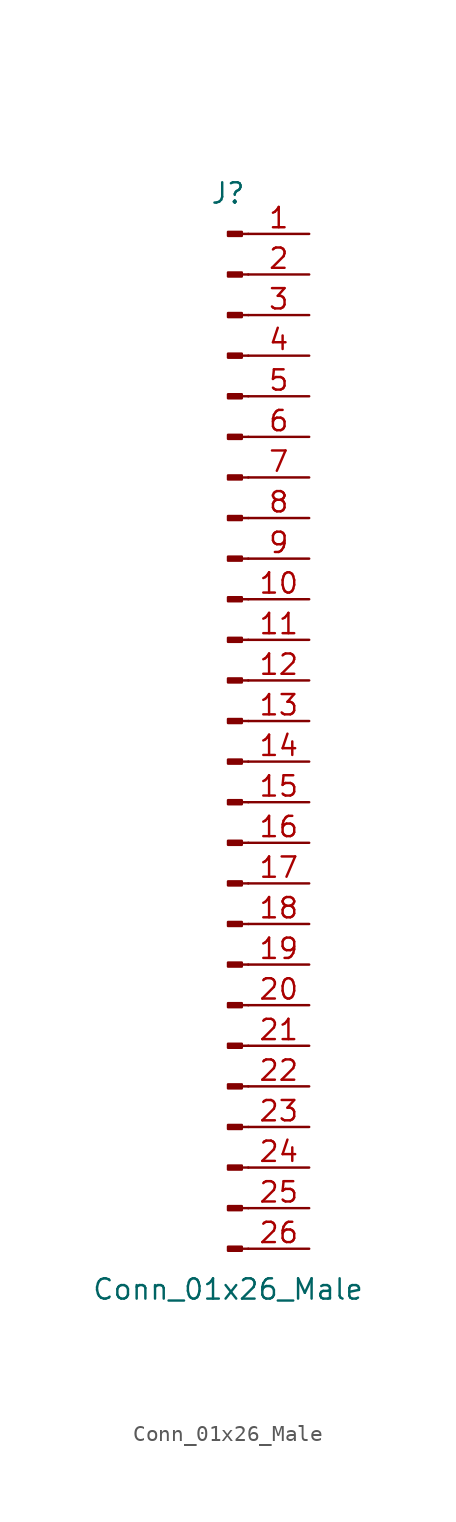
<source format=kicad_sym>
(kicad_symbol_lib
  (version 20220914)
  (generator kicad_symbol_editor)
  (symbol "Conn_01x26_Male"
    (pin_names
      (offset 1.016) hide)
    (property "Reference" "J"
      (at 0 33.02 0)
      (effects (font (size 1.27 1.27))))
    (property "Value" "Conn_01x26_Male"
      (at 0 -35.56 0)
      (effects (font (size 1.27 1.27))))
    (symbol "Conn_01x26_Male_1_1"
      (polyline (pts (xy 1.27 -33.02) (xy 0.864 -33.02)) (stroke (width 0.152) (type solid)) (fill (type none)))
      (polyline (pts (xy 1.27 -30.48) (xy 0.864 -30.48)) (stroke (width 0.152) (type solid)) (fill (type none)))
      (polyline (pts (xy 1.27 -27.94) (xy 0.864 -27.94)) (stroke (width 0.152) (type solid)) (fill (type none)))
      (polyline (pts (xy 1.27 -25.4) (xy 0.864 -25.4)) (stroke (width 0.152) (type solid)) (fill (type none)))
      (polyline (pts (xy 1.27 -22.86) (xy 0.864 -22.86)) (stroke (width 0.152) (type solid)) (fill (type none)))
      (polyline (pts (xy 1.27 -20.32) (xy 0.864 -20.32)) (stroke (width 0.152) (type solid)) (fill (type none)))
      (polyline (pts (xy 1.27 -17.78) (xy 0.864 -17.78)) (stroke (width 0.152) (type solid)) (fill (type none)))
      (polyline (pts (xy 1.27 -15.24) (xy 0.864 -15.24)) (stroke (width 0.152) (type solid)) (fill (type none)))
      (polyline (pts (xy 1.27 -12.7) (xy 0.864 -12.7)) (stroke (width 0.152) (type solid)) (fill (type none)))
      (polyline (pts (xy 1.27 -10.16) (xy 0.864 -10.16)) (stroke (width 0.152) (type solid)) (fill (type none)))
      (polyline (pts (xy 1.27 -7.62) (xy 0.864 -7.62)) (stroke (width 0.152) (type solid)) (fill (type none)))
      (polyline (pts (xy 1.27 -5.08) (xy 0.864 -5.08)) (stroke (width 0.152) (type solid)) (fill (type none)))
      (polyline (pts (xy 1.27 -2.54) (xy 0.864 -2.54)) (stroke (width 0.152) (type solid)) (fill (type none)))
      (polyline (pts (xy 1.27 0) (xy 0.864 0)) (stroke (width 0.152) (type solid)) (fill (type none)))
      (polyline (pts (xy 1.27 2.54) (xy 0.864 2.54)) (stroke (width 0.152) (type solid)) (fill (type none)))
      (polyline (pts (xy 1.27 5.08) (xy 0.864 5.08)) (stroke (width 0.152) (type solid)) (fill (type none)))
      (polyline (pts (xy 1.27 7.62) (xy 0.864 7.62)) (stroke (width 0.152) (type solid)) (fill (type none)))
      (polyline (pts (xy 1.27 10.16) (xy 0.864 10.16)) (stroke (width 0.152) (type solid)) (fill (type none)))
      (polyline (pts (xy 1.27 12.7) (xy 0.864 12.7)) (stroke (width 0.152) (type solid)) (fill (type none)))
      (polyline (pts (xy 1.27 15.24) (xy 0.864 15.24)) (stroke (width 0.152) (type solid)) (fill (type none)))
      (polyline (pts (xy 1.27 17.78) (xy 0.864 17.78)) (stroke (width 0.152) (type solid)) (fill (type none)))
      (polyline (pts (xy 1.27 20.32) (xy 0.864 20.32)) (stroke (width 0.152) (type solid)) (fill (type none)))
      (polyline (pts (xy 1.27 22.86) (xy 0.864 22.86)) (stroke (width 0.152) (type solid)) (fill (type none)))
      (polyline (pts (xy 1.27 25.4) (xy 0.864 25.4)) (stroke (width 0.152) (type solid)) (fill (type none)))
      (polyline (pts (xy 1.27 27.94) (xy 0.864 27.94)) (stroke (width 0.152) (type solid)) (fill (type none)))
      (polyline (pts (xy 1.27 30.48) (xy 0.864 30.48)) (stroke (width 0.152) (type solid)) (fill (type none)))
      (rectangle (start 0.864 -32.893) (end 0 -33.147) (stroke (width 0.152) (type solid)) (fill (type outline)))
      (rectangle (start 0.864 -30.353) (end 0 -30.607) (stroke (width 0.152) (type solid)) (fill (type outline)))
      (rectangle (start 0.864 -27.813) (end 0 -28.067) (stroke (width 0.152) (type solid)) (fill (type outline)))
      (rectangle (start 0.864 -25.273) (end 0 -25.527) (stroke (width 0.152) (type solid)) (fill (type outline)))
      (rectangle (start 0.864 -22.733) (end 0 -22.987) (stroke (width 0.152) (type solid)) (fill (type outline)))
      (rectangle (start 0.864 -20.193) (end 0 -20.447) (stroke (width 0.152) (type solid)) (fill (type outline)))
      (rectangle (start 0.864 -17.653) (end 0 -17.907) (stroke (width 0.152) (type solid)) (fill (type outline)))
      (rectangle (start 0.864 -15.113) (end 0 -15.367) (stroke (width 0.152) (type solid)) (fill (type outline)))
      (rectangle (start 0.864 -12.573) (end 0 -12.827) (stroke (width 0.152) (type solid)) (fill (type outline)))
      (rectangle (start 0.864 -10.033) (end 0 -10.287) (stroke (width 0.152) (type solid)) (fill (type outline)))
      (rectangle (start 0.864 -7.493) (end 0 -7.747) (stroke (width 0.152) (type solid)) (fill (type outline)))
      (rectangle (start 0.864 -4.953) (end 0 -5.207) (stroke (width 0.152) (type solid)) (fill (type outline)))
      (rectangle (start 0.864 -2.413) (end 0 -2.667) (stroke (width 0.152) (type solid)) (fill (type outline)))
      (rectangle (start 0.864 0.127) (end 0 -0.127) (stroke (width 0.152) (type solid)) (fill (type outline)))
      (rectangle (start 0.864 2.667) (end 0 2.413) (stroke (width 0.152) (type solid)) (fill (type outline)))
      (rectangle (start 0.864 5.207) (end 0 4.953) (stroke (width 0.152) (type solid)) (fill (type outline)))
      (rectangle (start 0.864 7.747) (end 0 7.493) (stroke (width 0.152) (type solid)) (fill (type outline)))
      (rectangle (start 0.864 10.287) (end 0 10.033) (stroke (width 0.152) (type solid)) (fill (type outline)))
      (rectangle (start 0.864 12.827) (end 0 12.573) (stroke (width 0.152) (type solid)) (fill (type outline)))
      (rectangle (start 0.864 15.367) (end 0 15.113) (stroke (width 0.152) (type solid)) (fill (type outline)))
      (rectangle (start 0.864 17.907) (end 0 17.653) (stroke (width 0.152) (type solid)) (fill (type outline)))
      (rectangle (start 0.864 20.447) (end 0 20.193) (stroke (width 0.152) (type solid)) (fill (type outline)))
      (rectangle (start 0.864 22.987) (end 0 22.733) (stroke (width 0.152) (type solid)) (fill (type outline)))
      (rectangle (start 0.864 25.527) (end 0 25.273) (stroke (width 0.152) (type solid)) (fill (type outline)))
      (rectangle (start 0.864 28.067) (end 0 27.813) (stroke (width 0.152) (type solid)) (fill (type outline)))
      (rectangle (start 0.864 30.607) (end 0 30.353) (stroke (width 0.152) (type solid)) (fill (type outline)))
      (pin passive line (at 5.08 30.48 180) (length 3.81) (name "Pin_1" (effects (font (size 1.27 1.27)))) (number "1" (effects (font (size 1.27 1.27)))))
      (pin passive line (at 5.08 7.62 180) (length 3.81) (name "Pin_10" (effects (font (size 1.27 1.27)))) (number "10" (effects (font (size 1.27 1.27)))))
      (pin passive line (at 5.08 5.08 180) (length 3.81) (name "Pin_11" (effects (font (size 1.27 1.27)))) (number "11" (effects (font (size 1.27 1.27)))))
      (pin passive line (at 5.08 2.54 180) (length 3.81) (name "Pin_12" (effects (font (size 1.27 1.27)))) (number "12" (effects (font (size 1.27 1.27)))))
      (pin passive line (at 5.08 0 180) (length 3.81) (name "Pin_13" (effects (font (size 1.27 1.27)))) (number "13" (effects (font (size 1.27 1.27)))))
      (pin passive line (at 5.08 -2.54 180) (length 3.81) (name "Pin_14" (effects (font (size 1.27 1.27)))) (number "14" (effects (font (size 1.27 1.27)))))
      (pin passive line (at 5.08 -5.08 180) (length 3.81) (name "Pin_15" (effects (font (size 1.27 1.27)))) (number "15" (effects (font (size 1.27 1.27)))))
      (pin passive line (at 5.08 -7.62 180) (length 3.81) (name "Pin_16" (effects (font (size 1.27 1.27)))) (number "16" (effects (font (size 1.27 1.27)))))
      (pin passive line (at 5.08 -10.16 180) (length 3.81) (name "Pin_17" (effects (font (size 1.27 1.27)))) (number "17" (effects (font (size 1.27 1.27)))))
      (pin passive line (at 5.08 -12.7 180) (length 3.81) (name "Pin_18" (effects (font (size 1.27 1.27)))) (number "18" (effects (font (size 1.27 1.27)))))
      (pin passive line (at 5.08 -15.24 180) (length 3.81) (name "Pin_19" (effects (font (size 1.27 1.27)))) (number "19" (effects (font (size 1.27 1.27)))))
      (pin passive line (at 5.08 27.94 180) (length 3.81) (name "Pin_2" (effects (font (size 1.27 1.27)))) (number "2" (effects (font (size 1.27 1.27)))))
      (pin passive line (at 5.08 -17.78 180) (length 3.81) (name "Pin_20" (effects (font (size 1.27 1.27)))) (number "20" (effects (font (size 1.27 1.27)))))
      (pin passive line (at 5.08 -20.32 180) (length 3.81) (name "Pin_21" (effects (font (size 1.27 1.27)))) (number "21" (effects (font (size 1.27 1.27)))))
      (pin passive line (at 5.08 -22.86 180) (length 3.81) (name "Pin_22" (effects (font (size 1.27 1.27)))) (number "22" (effects (font (size 1.27 1.27)))))
      (pin passive line (at 5.08 -25.4 180) (length 3.81) (name "Pin_23" (effects (font (size 1.27 1.27)))) (number "23" (effects (font (size 1.27 1.27)))))
      (pin passive line (at 5.08 -27.94 180) (length 3.81) (name "Pin_24" (effects (font (size 1.27 1.27)))) (number "24" (effects (font (size 1.27 1.27)))))
      (pin passive line (at 5.08 -30.48 180) (length 3.81) (name "Pin_25" (effects (font (size 1.27 1.27)))) (number "25" (effects (font (size 1.27 1.27)))))
      (pin passive line (at 5.08 -33.02 180) (length 3.81) (name "Pin_26" (effects (font (size 1.27 1.27)))) (number "26" (effects (font (size 1.27 1.27)))))
      (pin passive line (at 5.08 25.4 180) (length 3.81) (name "Pin_3" (effects (font (size 1.27 1.27)))) (number "3" (effects (font (size 1.27 1.27)))))
      (pin passive line (at 5.08 22.86 180) (length 3.81) (name "Pin_4" (effects (font (size 1.27 1.27)))) (number "4" (effects (font (size 1.27 1.27)))))
      (pin passive line (at 5.08 20.32 180) (length 3.81) (name "Pin_5" (effects (font (size 1.27 1.27)))) (number "5" (effects (font (size 1.27 1.27)))))
      (pin passive line (at 5.08 17.78 180) (length 3.81) (name "Pin_6" (effects (font (size 1.27 1.27)))) (number "6" (effects (font (size 1.27 1.27)))))
      (pin passive line (at 5.08 15.24 180) (length 3.81) (name "Pin_7" (effects (font (size 1.27 1.27)))) (number "7" (effects (font (size 1.27 1.27)))))
      (pin passive line (at 5.08 12.7 180) (length 3.81) (name "Pin_8" (effects (font (size 1.27 1.27)))) (number "8" (effects (font (size 1.27 1.27)))))
      (pin passive line (at 5.08 10.16 180) (length 3.81) (name "Pin_9" (effects (font (size 1.27 1.27)))) (number "9" (effects (font (size 1.27 1.27))))))))
</source>
